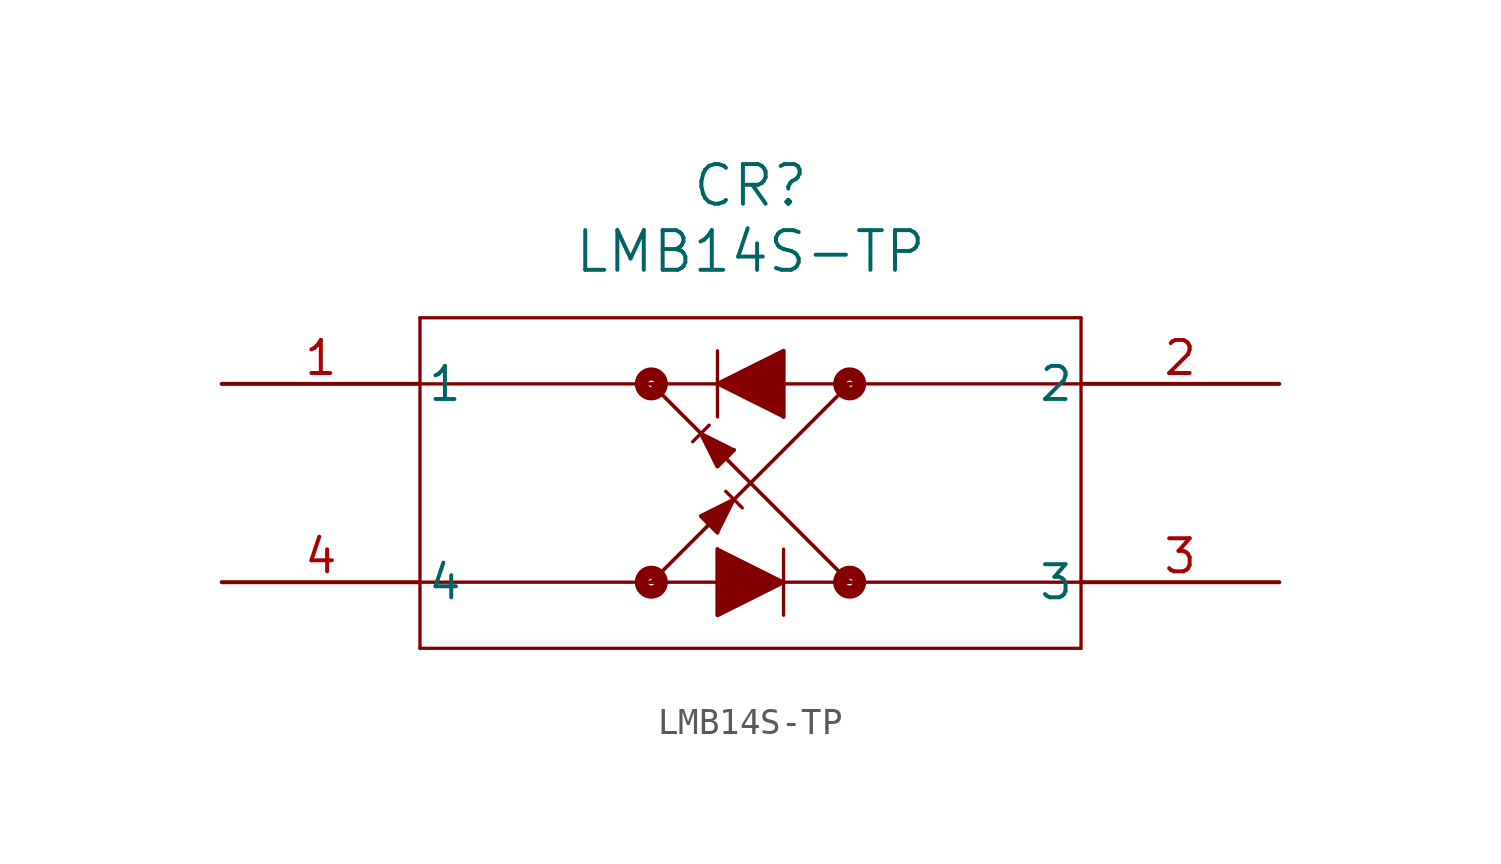
<source format=kicad_sym>
(kicad_symbol_lib
  (version 20211014)
  (generator kicad_symbol_editor)
  (symbol "LMB14S-TP"
    (pin_names
      (offset 0.254))
    (property "Reference" "CR"
      (at 20.32 7.62 0)
      (effects (font (size 1.524 1.524))))
    (property "Value" "LMB14S-TP"
      (at 20.32 5.08 0)
      (effects (font (size 1.524 1.524))))
    (symbol "LMB14S-TP_0_1"
      (polyline (pts (xy 7.62 2.54) (xy 7.62 -10.16)) (stroke (width 0.127) (type default) (color 0 0 0 0)) (fill (type none)))
      (polyline (pts (xy 7.62 -10.16) (xy 33.02 -10.16)) (stroke (width 0.127) (type default) (color 0 0 0 0)) (fill (type none)))
      (polyline (pts (xy 33.02 -10.16) (xy 33.02 2.54)) (stroke (width 0.127) (type default) (color 0 0 0 0)) (fill (type none)))
      (polyline (pts (xy 33.02 2.54) (xy 7.62 2.54)) (stroke (width 0.127) (type default) (color 0 0 0 0)) (fill (type none)))
      (polyline (pts (xy 7.62 -7.62) (xy 33.02 -7.62)) (stroke (width 0.127) (type default) (color 0 0 0 0)) (fill (type none)))
      (polyline (pts (xy 7.62 0) (xy 33.02 0)) (stroke (width 0.127) (type default) (color 0 0 0 0)) (fill (type none)))
      (polyline (pts (xy 21.59 1.27) (xy 21.59 -1.27)) (stroke (width 0.127) (type default) (color 0 0 0 0)) (fill (type none)))
      (polyline (pts (xy 21.59 -1.27) (xy 19.05 0)) (stroke (width 0.127) (type default) (color 0 0 0 0)) (fill (type none)))
      (polyline (pts (xy 19.05 1.27) (xy 19.05 -1.27)) (stroke (width 0.127) (type default) (color 0 0 0 0)) (fill (type none)))
      (polyline (pts (xy 19.05 0) (xy 21.59 1.27)) (stroke (width 0.127) (type default) (color 0 0 0 0)) (fill (type none)))
      (polyline (pts (xy 19.05 -6.35) (xy 19.05 -8.89)) (stroke (width 0.127) (type default) (color 0 0 0 0)) (fill (type none)))
      (polyline (pts (xy 21.59 -7.62) (xy 19.05 -8.89)) (stroke (width 0.127) (type default) (color 0 0 0 0)) (fill (type none)))
      (polyline (pts (xy 21.59 -8.89) (xy 21.59 -6.35)) (stroke (width 0.127) (type default) (color 0 0 0 0)) (fill (type none)))
      (polyline (pts (xy 21.59 -7.62) (xy 19.05 -6.35)) (stroke (width 0.127) (type default) (color 0 0 0 0)) (fill (type none)))
      (polyline (pts (xy 16.51 0) (xy 24.13 -7.62)) (stroke (width 0.127) (type default) (color 0 0 0 0)) (fill (type none)))
      (polyline (pts (xy 24.13 0) (xy 16.51 -7.62)) (stroke (width 0.127) (type default) (color 0 0 0 0)) (fill (type none)))
      (circle (center 16.51 0) (radius 0.127) (stroke (width 0.508) (type default) (color 0 0 0 0)) (fill (type none)))
      (polyline (pts (xy 16.51 0) (xy 24.13 -7.62)) (stroke (width 0.127) (type default) (color 0 0 0 0)) (fill (type none)))
      (circle (center 24.13 -7.62) (radius 0.127) (stroke (width 0.508) (type default) (color 0 0 0 0)) (fill (type none)))
      (circle (center 16.51 -7.62) (radius 0.127) (stroke (width 0.508) (type default) (color 0 0 0 0)) (fill (type none)))
      (polyline (pts (xy 16.51 -7.62) (xy 24.13 0)) (stroke (width 0.127) (type default) (color 0 0 0 0)) (fill (type none)))
      (circle (center 24.13 0) (radius 0.127) (stroke (width 0.508) (type default) (color 0 0 0 0)) (fill (type none)))
      (polyline (pts (xy 19.05 -3.175) (xy 19.685 -2.54)) (stroke (width 0.127) (type default) (color 0 0 0 0)) (fill (type none)))
      (polyline (pts (xy 19.685 -2.54) (xy 18.415 -1.905)) (stroke (width 0.127) (type default) (color 0 0 0 0)) (fill (type none)))
      (polyline (pts (xy 18.415 -1.905) (xy 19.05 -3.175)) (stroke (width 0.127) (type default) (color 0 0 0 0)) (fill (type none)))
      (polyline (pts (xy 18.415 -5.08) (xy 19.05 -5.715)) (stroke (width 0.127) (type default) (color 0 0 0 0)) (fill (type none)))
      (polyline (pts (xy 18.415 -5.08) (xy 19.685 -4.445)) (stroke (width 0.127) (type default) (color 0 0 0 0)) (fill (type none)))
      (polyline (pts (xy 19.685 -4.445) (xy 19.05 -5.715)) (stroke (width 0.127) (type default) (color 0 0 0 0)) (fill (type none)))
      (polyline (pts (xy 18.733 -1.587) (xy 18.098 -2.223)) (stroke (width 0.127) (type default) (color 0 0 0 0)) (fill (type none)))
      (polyline (pts (xy 19.367 -4.128) (xy 20.003 -4.763)) (stroke (width 0.127) (type default) (color 0 0 0 0)) (fill (type none)))
      (polyline (pts (xy 19.05 0) (xy 21.59 1.27) (xy 21.59 -1.27)) (stroke (width 0) (type default) (color 0 0 0 0)) (fill (type outline)))
      (polyline (pts (xy 18.415 -1.905) (xy 19.05 -3.175) (xy 19.685 -2.54)) (stroke (width 0) (type default) (color 0 0 0 0)) (fill (type outline)))
      (polyline (pts (xy 19.685 -4.445) (xy 18.415 -5.08) (xy 19.05 -5.715)) (stroke (width 0) (type default) (color 0 0 0 0)) (fill (type outline)))
      (polyline (pts (xy 19.05 -6.35) (xy 19.05 -8.89) (xy 21.59 -7.62)) (stroke (width 0) (type default) (color 0 0 0 0)) (fill (type outline)))
      (pin unspecified line (at 0 0 0) (length 7.62) (name "1" (effects (font (size 1.27 1.27)))) (number "1" (effects (font (size 1.27 1.27)))))
      (pin unspecified line (at 40.64 0 180) (length 7.62) (name "2" (effects (font (size 1.27 1.27)))) (number "2" (effects (font (size 1.27 1.27)))))
      (pin unspecified line (at 40.64 -7.62 180) (length 7.62) (name "3" (effects (font (size 1.27 1.27)))) (number "3" (effects (font (size 1.27 1.27)))))
      (pin unspecified line (at 0 -7.62 0) (length 7.62) (name "4" (effects (font (size 1.27 1.27)))) (number "4" (effects (font (size 1.27 1.27))))))))
</source>
